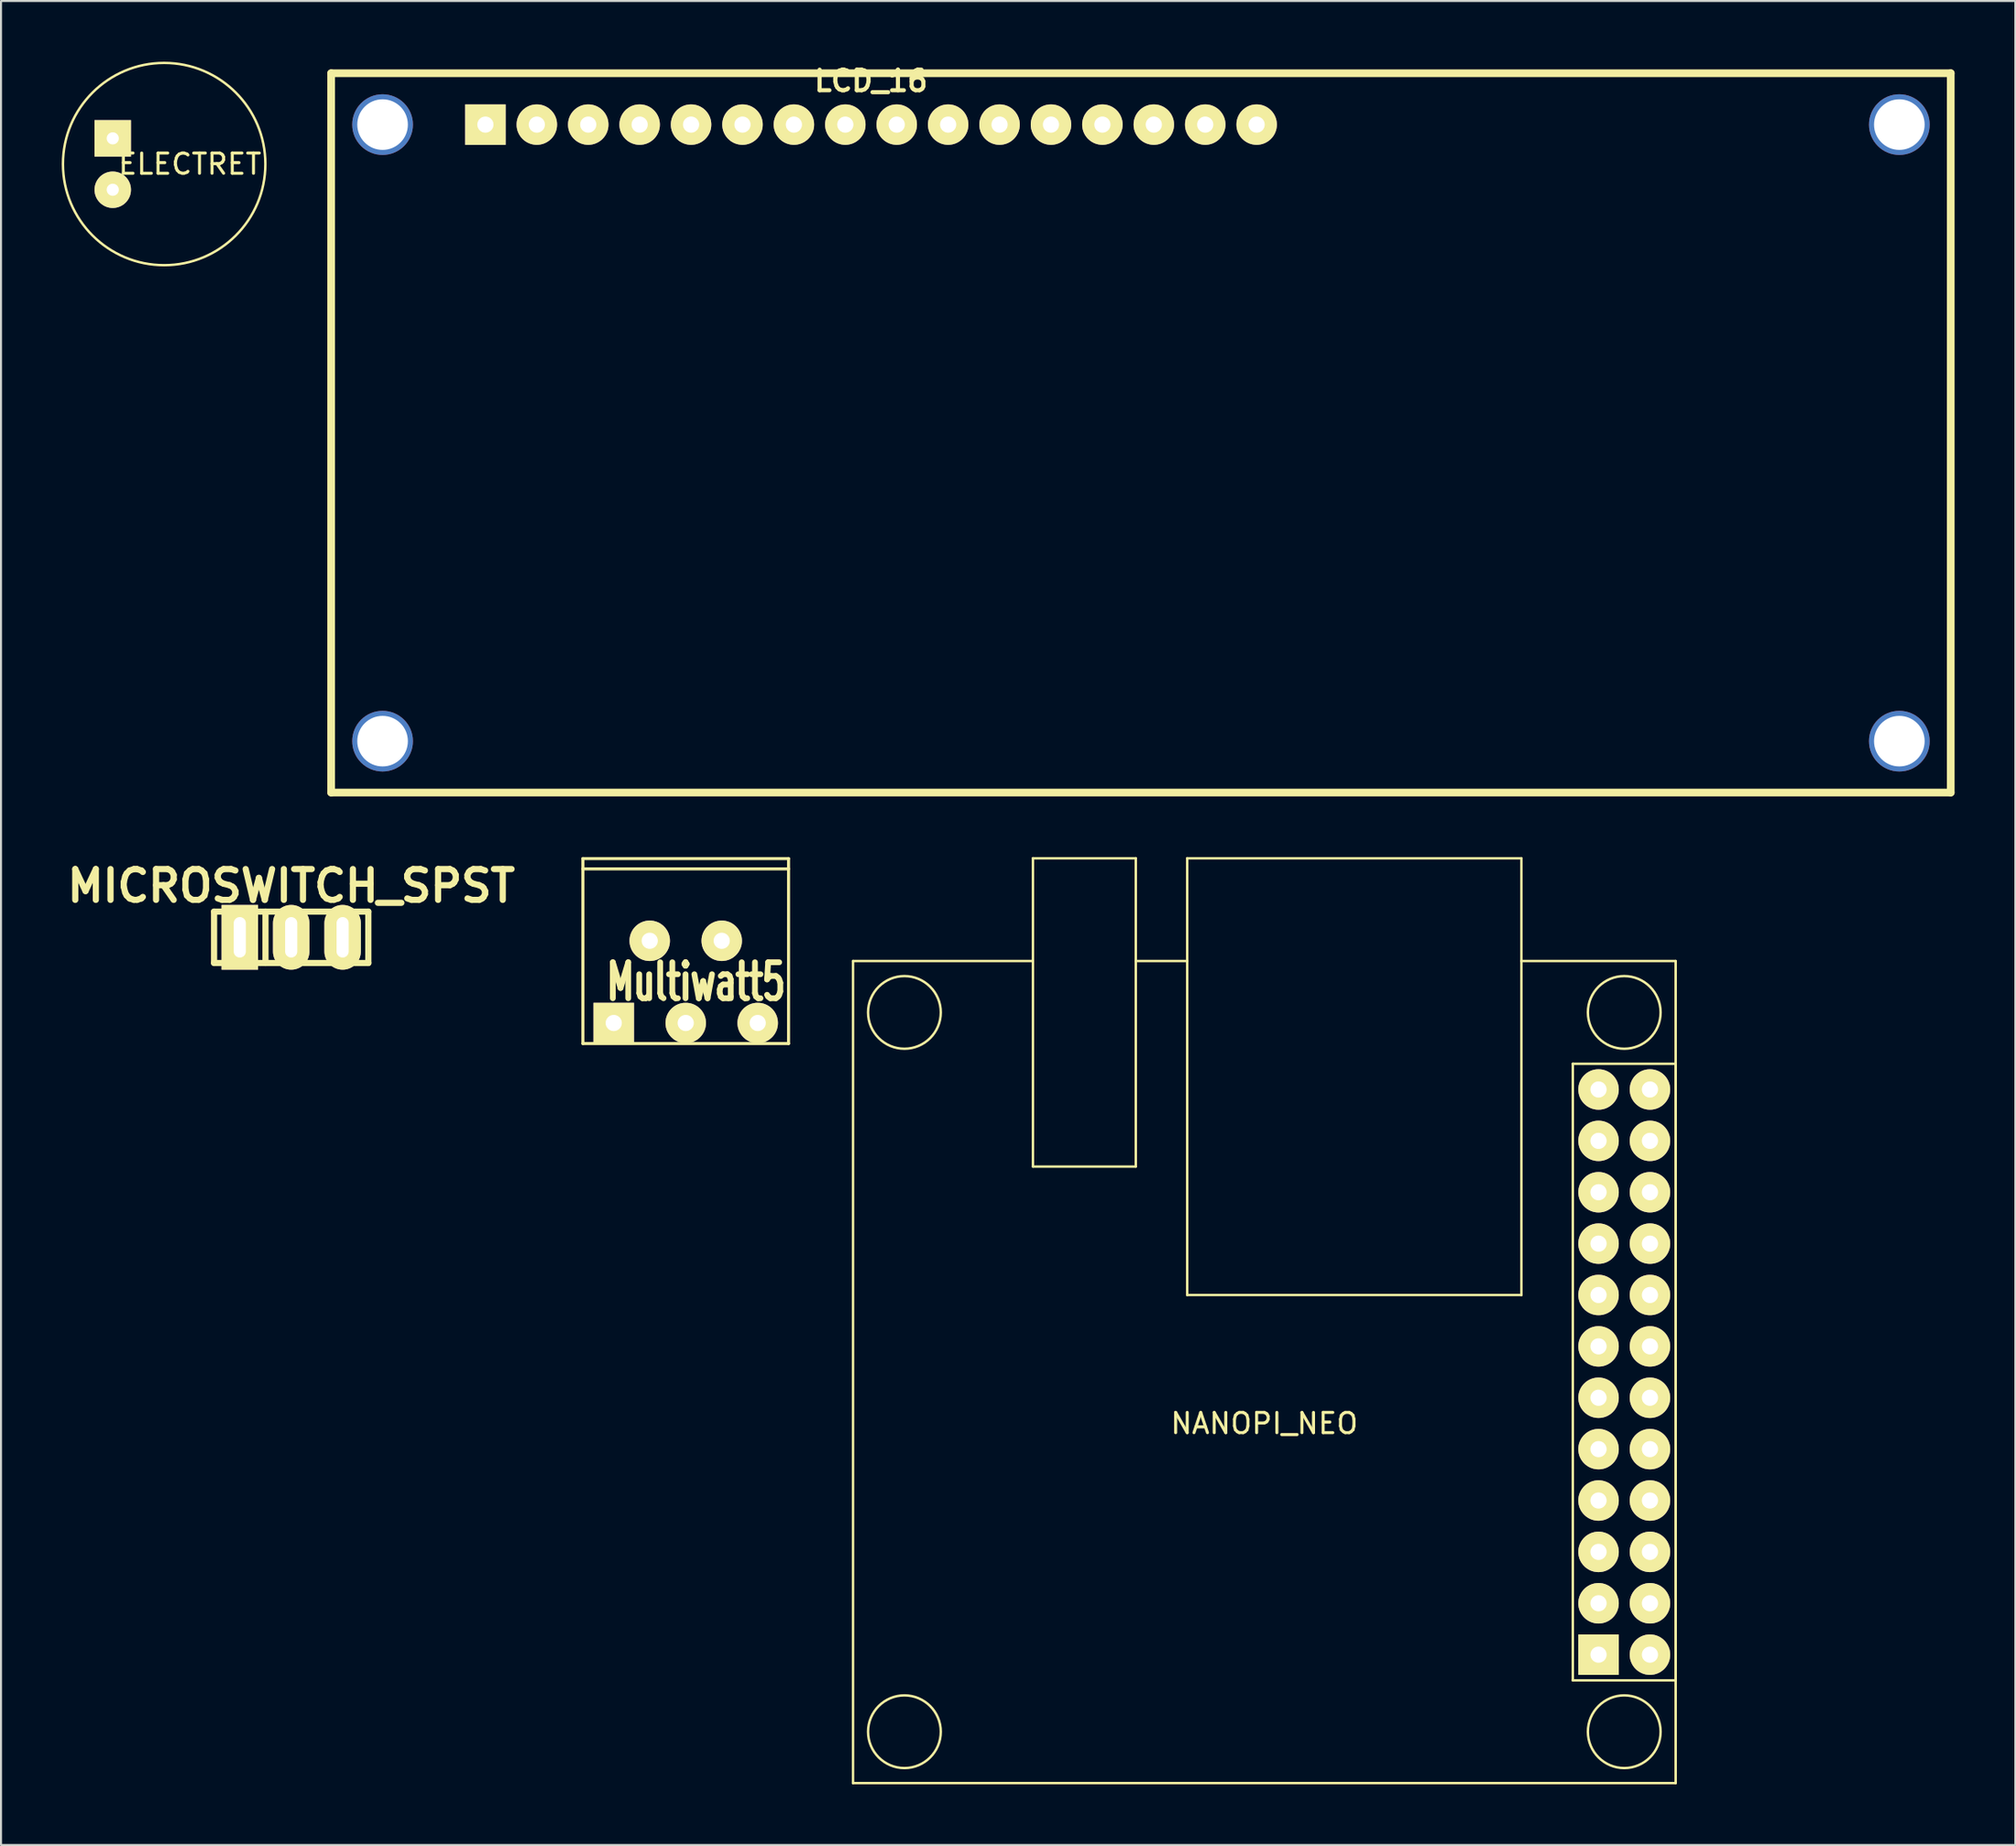
<source format=kicad_pcb>
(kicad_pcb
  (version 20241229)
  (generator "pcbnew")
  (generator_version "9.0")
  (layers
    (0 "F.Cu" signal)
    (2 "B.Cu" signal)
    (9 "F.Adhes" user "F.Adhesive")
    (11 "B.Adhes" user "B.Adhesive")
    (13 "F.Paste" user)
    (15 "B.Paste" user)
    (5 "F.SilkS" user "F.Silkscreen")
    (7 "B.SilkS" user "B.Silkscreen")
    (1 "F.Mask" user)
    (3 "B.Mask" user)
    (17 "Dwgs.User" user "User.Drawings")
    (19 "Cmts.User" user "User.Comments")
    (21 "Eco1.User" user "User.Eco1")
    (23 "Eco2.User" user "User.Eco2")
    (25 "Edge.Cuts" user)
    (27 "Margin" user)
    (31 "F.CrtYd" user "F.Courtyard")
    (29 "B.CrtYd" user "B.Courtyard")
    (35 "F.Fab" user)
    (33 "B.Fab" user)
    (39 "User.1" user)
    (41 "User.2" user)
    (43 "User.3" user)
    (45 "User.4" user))
  (footprint "NANOPI_NEO"
    (layer "F.Cu")
    (at 59.41 64.78)
    (property "Reference" "NANOPI_NEO" (at 0 2.54 0) (layer "F.SilkS") (effects (font (size 1 1) (thickness 0.15))))
    (attr through_hole)
    (fp_line (start -20.32 -20.32) (end -11.43 -20.32) (stroke (width 0.12) (type solid)) (layer "F.SilkS"))
    (fp_line (start -20.32 20.32) (end -20.32 -20.32) (stroke (width 0.12) (type solid)) (layer "F.SilkS"))
    (fp_line (start -11.43 -25.4) (end -11.43 -10.16) (stroke (width 0.12) (type solid)) (layer "F.SilkS"))
    (fp_line (start -11.43 -25.4) (end -6.35 -25.4) (stroke (width 0.12) (type solid)) (layer "F.SilkS"))
    (fp_line (start -6.35 -20.32) (end -3.81 -20.32) (stroke (width 0.12) (type solid)) (layer "F.SilkS"))
    (fp_line (start -6.35 -10.16) (end -11.43 -10.16) (stroke (width 0.12) (type solid)) (layer "F.SilkS"))
    (fp_line (start -6.35 -10.16) (end -6.35 -25.4) (stroke (width 0.12) (type solid)) (layer "F.SilkS"))
    (fp_line (start -3.81 -25.4) (end -3.81 -3.81) (stroke (width 0.12) (type solid)) (layer "F.SilkS"))
    (fp_line (start -3.81 -25.4) (end 12.7 -25.4) (stroke (width 0.12) (type solid)) (layer "F.SilkS"))
    (fp_line (start 12.7 -20.32) (end 20.32 -20.32) (stroke (width 0.12) (type solid)) (layer "F.SilkS"))
    (fp_line (start 12.7 -3.81) (end -3.81 -3.81) (stroke (width 0.12) (type solid)) (layer "F.SilkS"))
    (fp_line (start 12.7 -3.81) (end 12.7 -25.4) (stroke (width 0.12) (type solid)) (layer "F.SilkS"))
    (fp_line (start 15.24 -15.24) (end 20.32 -15.24) (stroke (width 0.12) (type solid)) (layer "F.SilkS"))
    (fp_line (start 15.24 15.24) (end 15.24 -15.24) (stroke (width 0.12) (type solid)) (layer "F.SilkS"))
    (fp_line (start 15.24 15.24) (end 20.32 15.24) (stroke (width 0.12) (type solid)) (layer "F.SilkS"))
    (fp_line (start 20.32 -20.32) (end 20.32 20.32) (stroke (width 0.12) (type solid)) (layer "F.SilkS"))
    (fp_line (start 20.32 -15.24) (end 20.32 15.24) (stroke (width 0.12) (type solid)) (layer "F.SilkS"))
    (fp_line (start 20.32 20.32) (end -20.32 20.32) (stroke (width 0.12) (type solid)) (layer "F.SilkS"))
    (fp_circle (center -17.78 -17.78) (end -16.51 -16.51) (stroke (width 0.12) (type solid)) (fill no) (layer "F.SilkS"))
    (fp_circle (center -17.78 17.78) (end -16.51 19.05) (stroke (width 0.12) (type solid)) (fill no) (layer "F.SilkS"))
    (fp_circle (center 17.78 -17.78) (end 19.05 -16.51) (stroke (width 0.12) (type solid)) (fill no) (layer "F.SilkS"))
    (fp_circle (center 17.78 17.78) (end 16.51 19.05) (stroke (width 0.12) (type solid)) (fill no) (layer "F.SilkS"))
    (pad "1" thru_hole rect (at 16.51 13.97 90) (size 2 2) (drill 0.8) (layers "*.Cu" "*.Mask" "F.SilkS"))
    (pad "2" thru_hole circle (at 19.05 13.97 90) (size 2 2) (drill 0.8) (layers "*.Cu" "*.Mask" "F.SilkS"))
    (pad "3" thru_hole circle (at 16.51 11.43 90) (size 2 2) (drill 0.8) (layers "*.Cu" "*.Mask" "F.SilkS"))
    (pad "4" thru_hole circle (at 19.05 11.43 90) (size 2 2) (drill 0.8) (layers "*.Cu" "*.Mask" "F.SilkS"))
    (pad "5" thru_hole circle (at 16.51 8.89 90) (size 2 2) (drill 0.8) (layers "*.Cu" "*.Mask" "F.SilkS"))
    (pad "6" thru_hole circle (at 19.05 8.89 90) (size 2 2) (drill 0.8) (layers "*.Cu" "*.Mask" "F.SilkS"))
    (pad "7" thru_hole circle (at 16.51 6.35 90) (size 2 2) (drill 0.8) (layers "*.Cu" "*.Mask" "F.SilkS"))
    (pad "8" thru_hole circle (at 19.05 6.35 90) (size 2 2) (drill 0.8) (layers "*.Cu" "*.Mask" "F.SilkS"))
    (pad "9" thru_hole circle (at 16.51 3.81 90) (size 2 2) (drill 0.8) (layers "*.Cu" "*.Mask" "F.SilkS"))
    (pad "10" thru_hole circle (at 19.05 3.81 90) (size 2 2) (drill 0.8) (layers "*.Cu" "*.Mask" "F.SilkS"))
    (pad "11" thru_hole circle (at 16.51 1.27 90) (size 1.999 1.999) (drill 0.8) (layers "*.Cu" "*.Mask" "F.SilkS"))
    (pad "12" thru_hole circle (at 19.05 1.27 90) (size 1.999 1.999) (drill 0.8) (layers "*.Cu" "*.Mask" "F.SilkS"))
    (pad "13" thru_hole circle (at 16.51 -1.27 90) (size 1.999 1.999) (drill 0.8) (layers "*.Cu" "*.Mask" "F.SilkS"))
    (pad "14" thru_hole circle (at 19.05 -1.27 90) (size 1.999 1.999) (drill 0.8) (layers "*.Cu" "*.Mask" "F.SilkS"))
    (pad "15" thru_hole circle (at 16.51 -3.81 90) (size 1.999 1.999) (drill 0.8) (layers "*.Cu" "*.Mask" "F.SilkS"))
    (pad "16" thru_hole circle (at 19.05 -3.81 90) (size 1.999 1.999) (drill 0.8) (layers "*.Cu" "*.Mask" "F.SilkS"))
    (pad "17" thru_hole circle (at 16.51 -6.35 180) (size 1.999 1.999) (drill 0.8) (layers "*.Cu" "*.Mask" "F.SilkS"))
    (pad "18" thru_hole circle (at 19.05 -6.35 90) (size 1.999 1.999) (drill 0.8) (layers "*.Cu" "*.Mask" "F.SilkS"))
    (pad "19" thru_hole circle (at 16.51 -8.89 90) (size 1.999 1.999) (drill 0.8) (layers "*.Cu" "*.Mask" "F.SilkS"))
    (pad "20" thru_hole circle (at 19.05 -8.89 90) (size 1.999 1.999) (drill 0.8) (layers "*.Cu" "*.Mask" "F.SilkS"))
    (pad "21" thru_hole circle (at 16.51 -11.43 90) (size 1.999 1.999) (drill 0.8) (layers "*.Cu" "*.Mask" "F.SilkS"))
    (pad "22" thru_hole circle (at 19.05 -11.43 90) (size 1.999 1.999) (drill 0.8) (layers "*.Cu" "*.Mask" "F.SilkS"))
    (pad "23" thru_hole circle (at 16.51 -13.97 90) (size 1.999 1.999) (drill 0.8) (layers "*.Cu" "*.Mask" "F.SilkS"))
    (pad "24" thru_hole circle (at 19.05 -13.97 90) (size 1.999 1.999) (drill 0.8) (layers "*.Cu" "*.Mask" "F.SilkS")))
  (footprint "ELECTRET"
    (layer "F.Cu")
    (at 5.06 5.06)
    (property "Reference" "ELECTRET" (at 1.27 0 180) (layer "F.SilkS") (effects (font (size 1 1) (thickness 0.15))))
    (attr through_hole)
    (fp_circle (center 0 0) (end 5 0) (stroke (width 0.12) (type solid)) (fill no) (layer "F.SilkS"))
    (pad "1" thru_hole rect (at -2.54 -1.27 180) (size 1.801 1.801) (drill 0.599) (layers "*.Cu" "*.Mask" "F.SilkS"))
    (pad "2" thru_hole circle (at -2.54 1.27 180) (size 1.801 1.801) (drill 0.599) (layers "*.Cu" "*.Mask" "F.SilkS")))
  (footprint "LCD_16"
    (layer "F.Cu")
    (at 39.98 3.11)
    (property "Reference" "LCD_16" (at 0 -2.159 0) (layer "F.SilkS") (effects (font (size 1.016 1.016) (thickness 0.203))))
    (attr through_hole)
    (fp_line (start -26.67 -2.54) (end -26.67 33.02) (stroke (width 0.381) (type solid)) (layer "F.SilkS"))
    (fp_line (start 53.34 -2.54) (end -26.67 -2.54) (stroke (width 0.381) (type solid)) (layer "F.SilkS"))
    (fp_line (start 53.34 -2.54) (end 53.34 33.02) (stroke (width 0.381) (type solid)) (layer "F.SilkS"))
    (fp_line (start 53.34 33.02) (end -26.67 33.02) (stroke (width 0.381) (type solid)) (layer "F.SilkS"))
    (pad "" thru_hole circle (at -24.13 0) (size 3 3) (drill 2.5) (layers "*.Cu" "*.Mask"))
    (pad "" thru_hole circle (at -24.13 30.48) (size 3 3) (drill 2.5) (layers "*.Cu" "*.Mask"))
    (pad "" thru_hole circle (at 50.8 0) (size 3 3) (drill 2.5) (layers "*.Cu" "*.Mask"))
    (pad "" thru_hole circle (at 50.8 30.48) (size 3 3) (drill 2.5) (layers "*.Cu" "*.Mask"))
    (pad "1" thru_hole rect (at -19.05 0) (size 1.999 1.999) (drill 0.8) (layers "*.Cu" "*.Mask" "F.SilkS"))
    (pad "2" thru_hole circle (at -16.51 0) (size 1.999 1.999) (drill 0.8) (layers "*.Cu" "*.Mask" "F.SilkS"))
    (pad "3" thru_hole circle (at -13.97 0) (size 1.999 1.999) (drill 0.8) (layers "*.Cu" "*.Mask" "F.SilkS"))
    (pad "4" thru_hole circle (at -11.43 0) (size 1.999 1.999) (drill 0.8) (layers "*.Cu" "*.Mask" "F.SilkS"))
    (pad "5" thru_hole circle (at -8.89 0) (size 1.999 1.999) (drill 0.8) (layers "*.Cu" "*.Mask" "F.SilkS"))
    (pad "6" thru_hole circle (at -6.35 0) (size 1.999 1.999) (drill 0.8) (layers "*.Cu" "*.Mask" "F.SilkS"))
    (pad "7" thru_hole circle (at -3.81 0) (size 1.999 1.999) (drill 0.8) (layers "*.Cu" "*.Mask" "F.SilkS"))
    (pad "8" thru_hole circle (at -1.27 0) (size 1.999 1.999) (drill 0.8) (layers "*.Cu" "*.Mask" "F.SilkS"))
    (pad "9" thru_hole circle (at 1.27 0) (size 1.999 1.999) (drill 0.8) (layers "*.Cu" "*.Mask" "F.SilkS"))
    (pad "10" thru_hole circle (at 3.81 0) (size 1.999 1.999) (drill 0.8) (layers "*.Cu" "*.Mask" "F.SilkS"))
    (pad "11" thru_hole circle (at 6.35 0) (size 1.999 1.999) (drill 0.8) (layers "*.Cu" "*.Mask" "F.SilkS"))
    (pad "12" thru_hole circle (at 8.89 0) (size 1.999 1.999) (drill 0.8) (layers "*.Cu" "*.Mask" "F.SilkS"))
    (pad "13" thru_hole circle (at 11.43 0) (size 1.999 1.999) (drill 0.8) (layers "*.Cu" "*.Mask" "F.SilkS"))
    (pad "14" thru_hole circle (at 13.97 0) (size 1.999 1.999) (drill 0.8) (layers "*.Cu" "*.Mask" "F.SilkS"))
    (pad "15" thru_hole circle (at 16.51 0) (size 1.999 1.999) (drill 0.8) (layers "*.Cu" "*.Mask" "F.SilkS"))
    (pad "16" thru_hole circle (at 19.05 0) (size 1.999 1.999) (drill 0.8) (layers "*.Cu" "*.Mask" "F.SilkS")))
  (footprint "MICROSWITCH_SPST"
    (layer "F.Cu")
    (at 11.336 43.287)
    (property "Reference" "MICROSWITCH_SPST" (at 0 -2.54 0) (layer "F.SilkS") (effects (font (size 1.524 1.524) (thickness 0.305))))
    (attr through_hole)
    (fp_line (start -3.81 -1.27) (end 3.81 -1.27) (stroke (width 0.305) (type solid)) (layer "F.SilkS"))
    (fp_line (start -3.81 1.27) (end -3.81 -1.27) (stroke (width 0.305) (type solid)) (layer "F.SilkS"))
    (fp_line (start -1.27 -1.27) (end -1.27 1.27) (stroke (width 0.305) (type solid)) (layer "F.SilkS"))
    (fp_line (start 3.81 -1.27) (end 3.81 1.27) (stroke (width 0.305) (type solid)) (layer "F.SilkS"))
    (fp_line (start 3.81 1.27) (end -3.81 1.27) (stroke (width 0.305) (type solid)) (layer "F.SilkS"))
    (pad "1" thru_hole rect (at -2.54 0) (size 1.801 3.2) (drill oval 0.599 1.999) (layers "*.Cu" "*.Mask" "F.SilkS"))
    (pad "2" thru_hole oval (at 0 0) (size 1.801 3.2) (drill oval 0.599 1.999) (layers "*.Cu" "*.Mask" "F.SilkS"))
    (pad "3" thru_hole oval (at 2.54 0) (size 1.801 3.2) (drill oval 0.599 1.999) (layers "*.Cu" "*.Mask" "F.SilkS")))
  (footprint "Multiwatt5"
    (layer "F.Cu")
    (at 30.826 47.015)
    (property "Reference" "Multiwatt5" (at 0.508 -1.524 0) (layer "F.SilkS") (effects (font (size 1.778 1.143) (thickness 0.287))))
    (attr through_hole)
    (fp_line (start -5.08 -7.62) (end -5.08 1.524) (stroke (width 0.15) (type solid)) (layer "F.SilkS"))
    (fp_line (start -5.08 -7.62) (end 5.08 -7.62) (stroke (width 0.15) (type solid)) (layer "F.SilkS"))
    (fp_line (start -5.08 -7.112) (end 5.08 -7.112) (stroke (width 0.15) (type solid)) (layer "F.SilkS"))
    (fp_line (start -5.08 1.524) (end 5.08 1.524) (stroke (width 0.15) (type solid)) (layer "F.SilkS"))
    (fp_line (start 5.08 -7.62) (end 5.08 1.524) (stroke (width 0.15) (type solid)) (layer "F.SilkS"))
    (pad "1" thru_hole rect (at -3.556 0.508) (size 1.999 1.999) (drill 0.8) (layers "*.Cu" "*.Mask" "F.SilkS"))
    (pad "2" thru_hole circle (at -1.778 -3.556) (size 1.999 1.999) (drill 0.8) (layers "*.Cu" "*.Mask" "F.SilkS"))
    (pad "3" thru_hole circle (at 0 0.508) (size 1.999 1.999) (drill 0.8) (layers "*.Cu" "*.Mask" "F.SilkS"))
    (pad "4" thru_hole circle (at 1.778 -3.556) (size 1.999 1.999) (drill 0.8) (layers "*.Cu" "*.Mask" "F.SilkS"))
    (pad "5" thru_hole circle (at 3.556 0.508) (size 1.999 1.999) (drill 0.8) (layers "*.Cu" "*.Mask" "F.SilkS")))
  (gr_rect
    (start -3 -3)
    (end 96.511 88.16)
    (stroke (width 0.1) (type default))
    (fill no)
    (layer "Edge.Cuts")))
</source>
